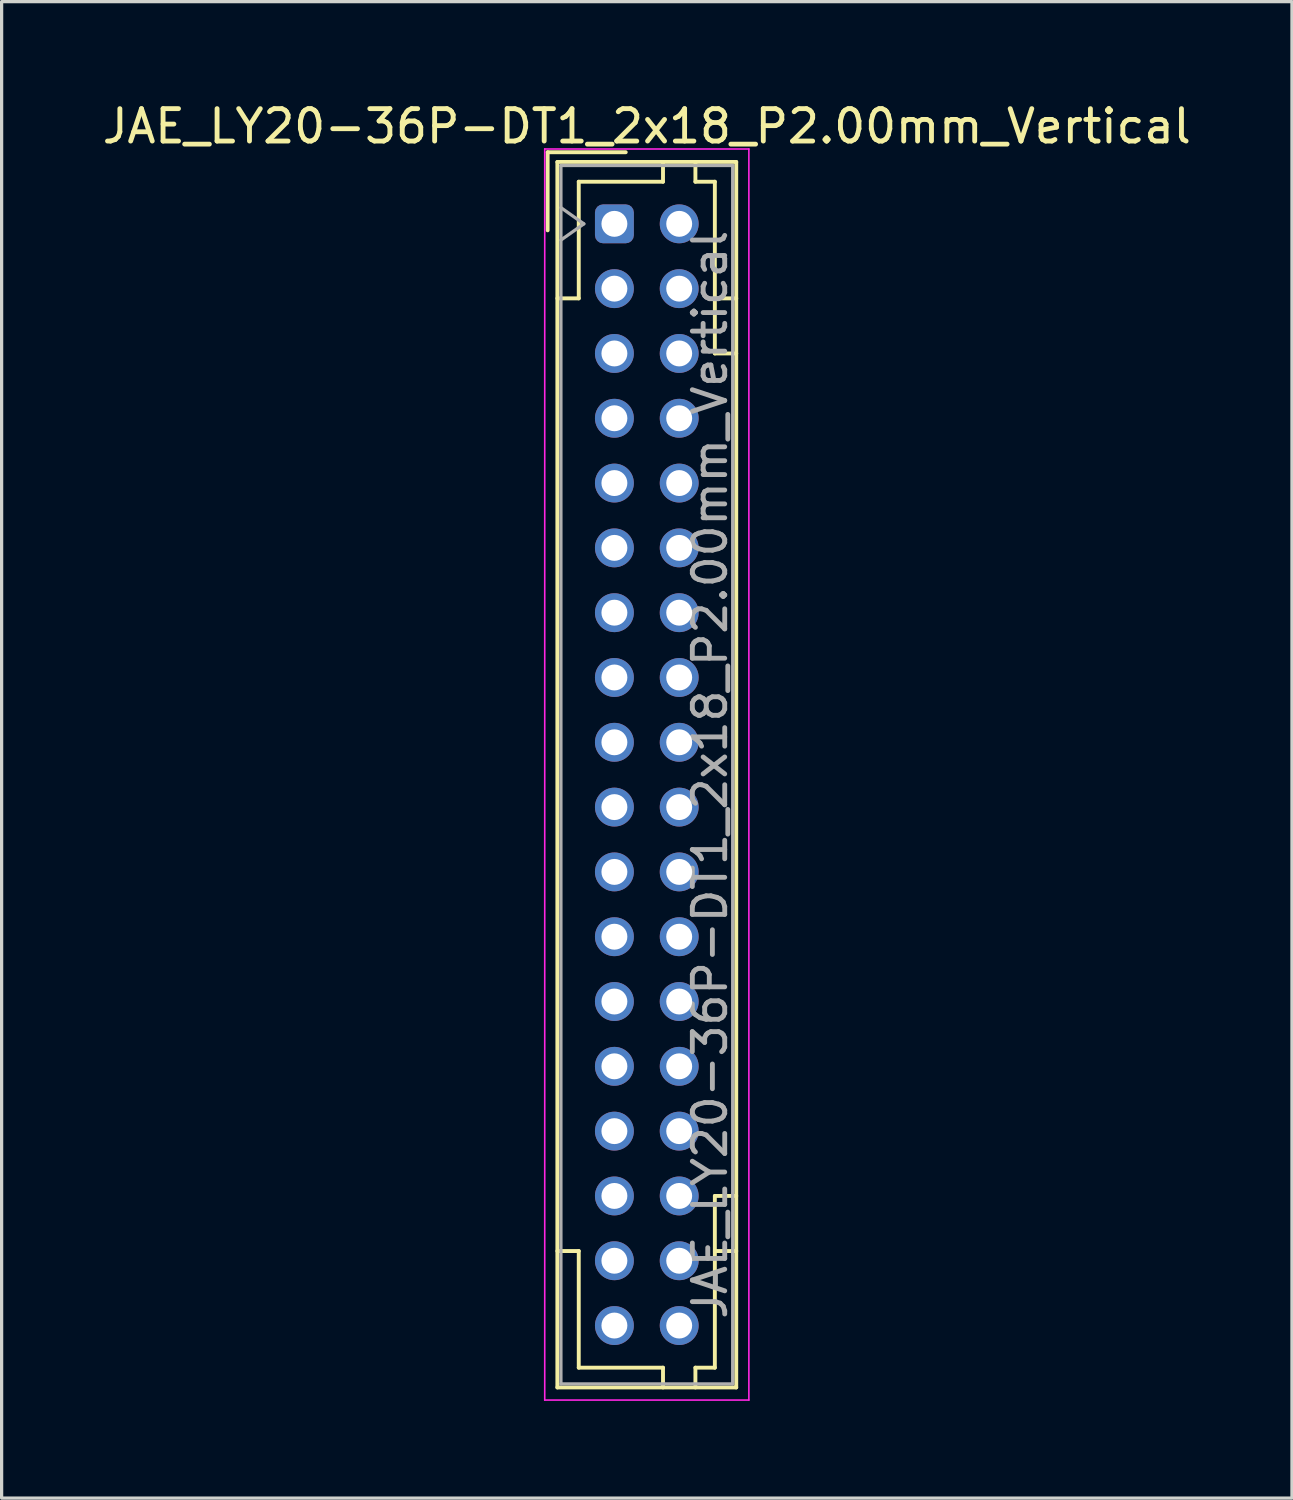
<source format=kicad_pcb>
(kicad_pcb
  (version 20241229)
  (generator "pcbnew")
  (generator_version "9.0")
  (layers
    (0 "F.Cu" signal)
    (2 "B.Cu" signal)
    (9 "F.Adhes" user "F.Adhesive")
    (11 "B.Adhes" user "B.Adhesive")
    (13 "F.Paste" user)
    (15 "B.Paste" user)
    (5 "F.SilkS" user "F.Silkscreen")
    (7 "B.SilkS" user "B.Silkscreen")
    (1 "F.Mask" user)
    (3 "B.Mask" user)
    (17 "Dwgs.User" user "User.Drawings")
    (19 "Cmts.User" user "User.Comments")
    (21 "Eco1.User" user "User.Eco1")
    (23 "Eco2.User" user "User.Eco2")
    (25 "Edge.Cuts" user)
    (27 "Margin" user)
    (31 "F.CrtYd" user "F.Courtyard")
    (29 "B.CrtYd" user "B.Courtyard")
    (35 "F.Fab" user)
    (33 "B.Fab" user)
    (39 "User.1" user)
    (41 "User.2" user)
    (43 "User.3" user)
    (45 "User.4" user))
  (footprint "JAE_LY20-36P-DT1_2x18_P2.00mm_Vertical"
    (layer "F.Cu")
    (at 15.911 3.858)
    (property "Reference" "JAE_LY20-36P-DT1_2x18_P2.00mm_Vertical" (at 1 -3.01 0) (layer "F.SilkS") (effects (font (size 1 1) (thickness 0.15))))
    (attr through_hole)
    (fp_line (start -2.06 -2.21) (end -2.06 0.2) (stroke (width 0.12) (type solid)) (layer "F.SilkS"))
    (fp_line (start -1.76 -1.91) (end -1.76 35.91) (stroke (width 0.12) (type solid)) (layer "F.SilkS"))
    (fp_line (start -1.76 35.91) (end 3.76 35.91) (stroke (width 0.12) (type solid)) (layer "F.SilkS"))
    (fp_line (start -1.1 -1.3) (end -1.1 2.3) (stroke (width 0.12) (type solid)) (layer "F.SilkS"))
    (fp_line (start -1.1 2.3) (end -1.76 2.3) (stroke (width 0.12) (type solid)) (layer "F.SilkS"))
    (fp_line (start -1.1 31.7) (end -1.76 31.7) (stroke (width 0.12) (type solid)) (layer "F.SilkS"))
    (fp_line (start -1.1 35.3) (end -1.1 31.7) (stroke (width 0.12) (type solid)) (layer "F.SilkS"))
    (fp_line (start 0.35 -2.21) (end -2.06 -2.21) (stroke (width 0.12) (type solid)) (layer "F.SilkS"))
    (fp_line (start 1.5 -1.91) (end 1.5 -1.3) (stroke (width 0.12) (type solid)) (layer "F.SilkS"))
    (fp_line (start 1.5 -1.3) (end -1.1 -1.3) (stroke (width 0.12) (type solid)) (layer "F.SilkS"))
    (fp_line (start 1.5 35.3) (end -1.1 35.3) (stroke (width 0.12) (type solid)) (layer "F.SilkS"))
    (fp_line (start 1.5 35.91) (end 1.5 35.3) (stroke (width 0.12) (type solid)) (layer "F.SilkS"))
    (fp_line (start 2.5 -1.91) (end 2.5 -1.3) (stroke (width 0.12) (type solid)) (layer "F.SilkS"))
    (fp_line (start 2.5 -1.3) (end 3.1 -1.3) (stroke (width 0.12) (type solid)) (layer "F.SilkS"))
    (fp_line (start 2.5 35.3) (end 3.1 35.3) (stroke (width 0.12) (type solid)) (layer "F.SilkS"))
    (fp_line (start 2.5 35.91) (end 2.5 35.3) (stroke (width 0.12) (type solid)) (layer "F.SilkS"))
    (fp_line (start 3.1 -1.3) (end 3.1 4) (stroke (width 0.12) (type solid)) (layer "F.SilkS"))
    (fp_line (start 3.1 4) (end 3.76 4) (stroke (width 0.12) (type solid)) (layer "F.SilkS"))
    (fp_line (start 3.1 30) (end 3.76 30) (stroke (width 0.12) (type solid)) (layer "F.SilkS"))
    (fp_line (start 3.1 35.3) (end 3.1 30) (stroke (width 0.12) (type solid)) (layer "F.SilkS"))
    (fp_line (start 3.76 -1.91) (end -1.76 -1.91) (stroke (width 0.12) (type solid)) (layer "F.SilkS"))
    (fp_line (start 3.76 2.3) (end 3.1 2.3) (stroke (width 0.12) (type solid)) (layer "F.SilkS"))
    (fp_line (start 3.76 31.7) (end 3.1 31.7) (stroke (width 0.12) (type solid)) (layer "F.SilkS"))
    (fp_line (start 3.76 35.91) (end 3.76 -1.91) (stroke (width 0.12) (type solid)) (layer "F.SilkS"))
    (fp_line (start -2.15 -2.31) (end -2.15 36.3) (stroke (width 0.05) (type solid)) (layer "F.CrtYd"))
    (fp_line (start -2.15 36.3) (end 4.15 36.3) (stroke (width 0.05) (type solid)) (layer "F.CrtYd"))
    (fp_line (start 4.15 -2.31) (end -2.15 -2.31) (stroke (width 0.05) (type solid)) (layer "F.CrtYd"))
    (fp_line (start 4.15 36.3) (end 4.15 -2.31) (stroke (width 0.05) (type solid)) (layer "F.CrtYd"))
    (fp_line (start -1.65 -1.8) (end -1.65 35.8) (stroke (width 0.1) (type solid)) (layer "F.Fab"))
    (fp_line (start -1.65 0.5) (end -0.943 0) (stroke (width 0.1) (type solid)) (layer "F.Fab"))
    (fp_line (start -1.65 35.8) (end 3.65 35.8) (stroke (width 0.1) (type solid)) (layer "F.Fab"))
    (fp_line (start -0.943 0) (end -1.65 -0.5) (stroke (width 0.1) (type solid)) (layer "F.Fab"))
    (fp_line (start 3.65 -1.8) (end -1.65 -1.8) (stroke (width 0.1) (type solid)) (layer "F.Fab"))
    (fp_line (start 3.65 35.8) (end 3.65 -1.8) (stroke (width 0.1) (type solid)) (layer "F.Fab"))
    (fp_text user "${REFERENCE}" (at 2.95 17 90) (layer "F.Fab") (effects (font (size 1 1) (thickness 0.15))))
    (pad "a1" thru_hole roundrect (at 0 0) (size 1.2 1.2) (drill 0.8) (layers "*.Cu" "*.Mask") (roundrect_rratio 0.208))
    (pad "a2" thru_hole circle (at 0 2) (size 1.2 1.2) (drill 0.8) (layers "*.Cu" "*.Mask"))
    (pad "a3" thru_hole circle (at 0 4) (size 1.2 1.2) (drill 0.8) (layers "*.Cu" "*.Mask"))
    (pad "a4" thru_hole circle (at 0 6) (size 1.2 1.2) (drill 0.8) (layers "*.Cu" "*.Mask"))
    (pad "a5" thru_hole circle (at 0 8) (size 1.2 1.2) (drill 0.8) (layers "*.Cu" "*.Mask"))
    (pad "a6" thru_hole circle (at 0 10) (size 1.2 1.2) (drill 0.8) (layers "*.Cu" "*.Mask"))
    (pad "a7" thru_hole circle (at 0 12) (size 1.2 1.2) (drill 0.8) (layers "*.Cu" "*.Mask"))
    (pad "a8" thru_hole circle (at 0 14) (size 1.2 1.2) (drill 0.8) (layers "*.Cu" "*.Mask"))
    (pad "a9" thru_hole circle (at 0 16) (size 1.2 1.2) (drill 0.8) (layers "*.Cu" "*.Mask"))
    (pad "a10" thru_hole circle (at 0 18) (size 1.2 1.2) (drill 0.8) (layers "*.Cu" "*.Mask"))
    (pad "a11" thru_hole circle (at 0 20) (size 1.2 1.2) (drill 0.8) (layers "*.Cu" "*.Mask"))
    (pad "a12" thru_hole circle (at 0 22) (size 1.2 1.2) (drill 0.8) (layers "*.Cu" "*.Mask"))
    (pad "a13" thru_hole circle (at 0 24) (size 1.2 1.2) (drill 0.8) (layers "*.Cu" "*.Mask"))
    (pad "a14" thru_hole circle (at 0 26) (size 1.2 1.2) (drill 0.8) (layers "*.Cu" "*.Mask"))
    (pad "a15" thru_hole circle (at 0 28) (size 1.2 1.2) (drill 0.8) (layers "*.Cu" "*.Mask"))
    (pad "a16" thru_hole circle (at 0 30) (size 1.2 1.2) (drill 0.8) (layers "*.Cu" "*.Mask"))
    (pad "a17" thru_hole circle (at 0 32) (size 1.2 1.2) (drill 0.8) (layers "*.Cu" "*.Mask"))
    (pad "a18" thru_hole circle (at 0 34) (size 1.2 1.2) (drill 0.8) (layers "*.Cu" "*.Mask"))
    (pad "b1" thru_hole circle (at 2 0) (size 1.2 1.2) (drill 0.8) (layers "*.Cu" "*.Mask"))
    (pad "b2" thru_hole circle (at 2 2) (size 1.2 1.2) (drill 0.8) (layers "*.Cu" "*.Mask"))
    (pad "b3" thru_hole circle (at 2 4) (size 1.2 1.2) (drill 0.8) (layers "*.Cu" "*.Mask"))
    (pad "b4" thru_hole circle (at 2 6) (size 1.2 1.2) (drill 0.8) (layers "*.Cu" "*.Mask"))
    (pad "b5" thru_hole circle (at 2 8) (size 1.2 1.2) (drill 0.8) (layers "*.Cu" "*.Mask"))
    (pad "b6" thru_hole circle (at 2 10) (size 1.2 1.2) (drill 0.8) (layers "*.Cu" "*.Mask"))
    (pad "b7" thru_hole circle (at 2 12) (size 1.2 1.2) (drill 0.8) (layers "*.Cu" "*.Mask"))
    (pad "b8" thru_hole circle (at 2 14) (size 1.2 1.2) (drill 0.8) (layers "*.Cu" "*.Mask"))
    (pad "b9" thru_hole circle (at 2 16) (size 1.2 1.2) (drill 0.8) (layers "*.Cu" "*.Mask"))
    (pad "b10" thru_hole circle (at 2 18) (size 1.2 1.2) (drill 0.8) (layers "*.Cu" "*.Mask"))
    (pad "b11" thru_hole circle (at 2 20) (size 1.2 1.2) (drill 0.8) (layers "*.Cu" "*.Mask"))
    (pad "b12" thru_hole circle (at 2 22) (size 1.2 1.2) (drill 0.8) (layers "*.Cu" "*.Mask"))
    (pad "b13" thru_hole circle (at 2 24) (size 1.2 1.2) (drill 0.8) (layers "*.Cu" "*.Mask"))
    (pad "b14" thru_hole circle (at 2 26) (size 1.2 1.2) (drill 0.8) (layers "*.Cu" "*.Mask"))
    (pad "b15" thru_hole circle (at 2 28) (size 1.2 1.2) (drill 0.8) (layers "*.Cu" "*.Mask"))
    (pad "b16" thru_hole circle (at 2 30) (size 1.2 1.2) (drill 0.8) (layers "*.Cu" "*.Mask"))
    (pad "b17" thru_hole circle (at 2 32) (size 1.2 1.2) (drill 0.8) (layers "*.Cu" "*.Mask"))
    (pad "b18" thru_hole circle (at 2 34) (size 1.2 1.2) (drill 0.8) (layers "*.Cu" "*.Mask")))
  (gr_rect
    (start -3 -3)
    (end 36.821 43.183)
    (stroke (width 0.1) (type default))
    (fill no)
    (layer "Edge.Cuts")))
</source>
